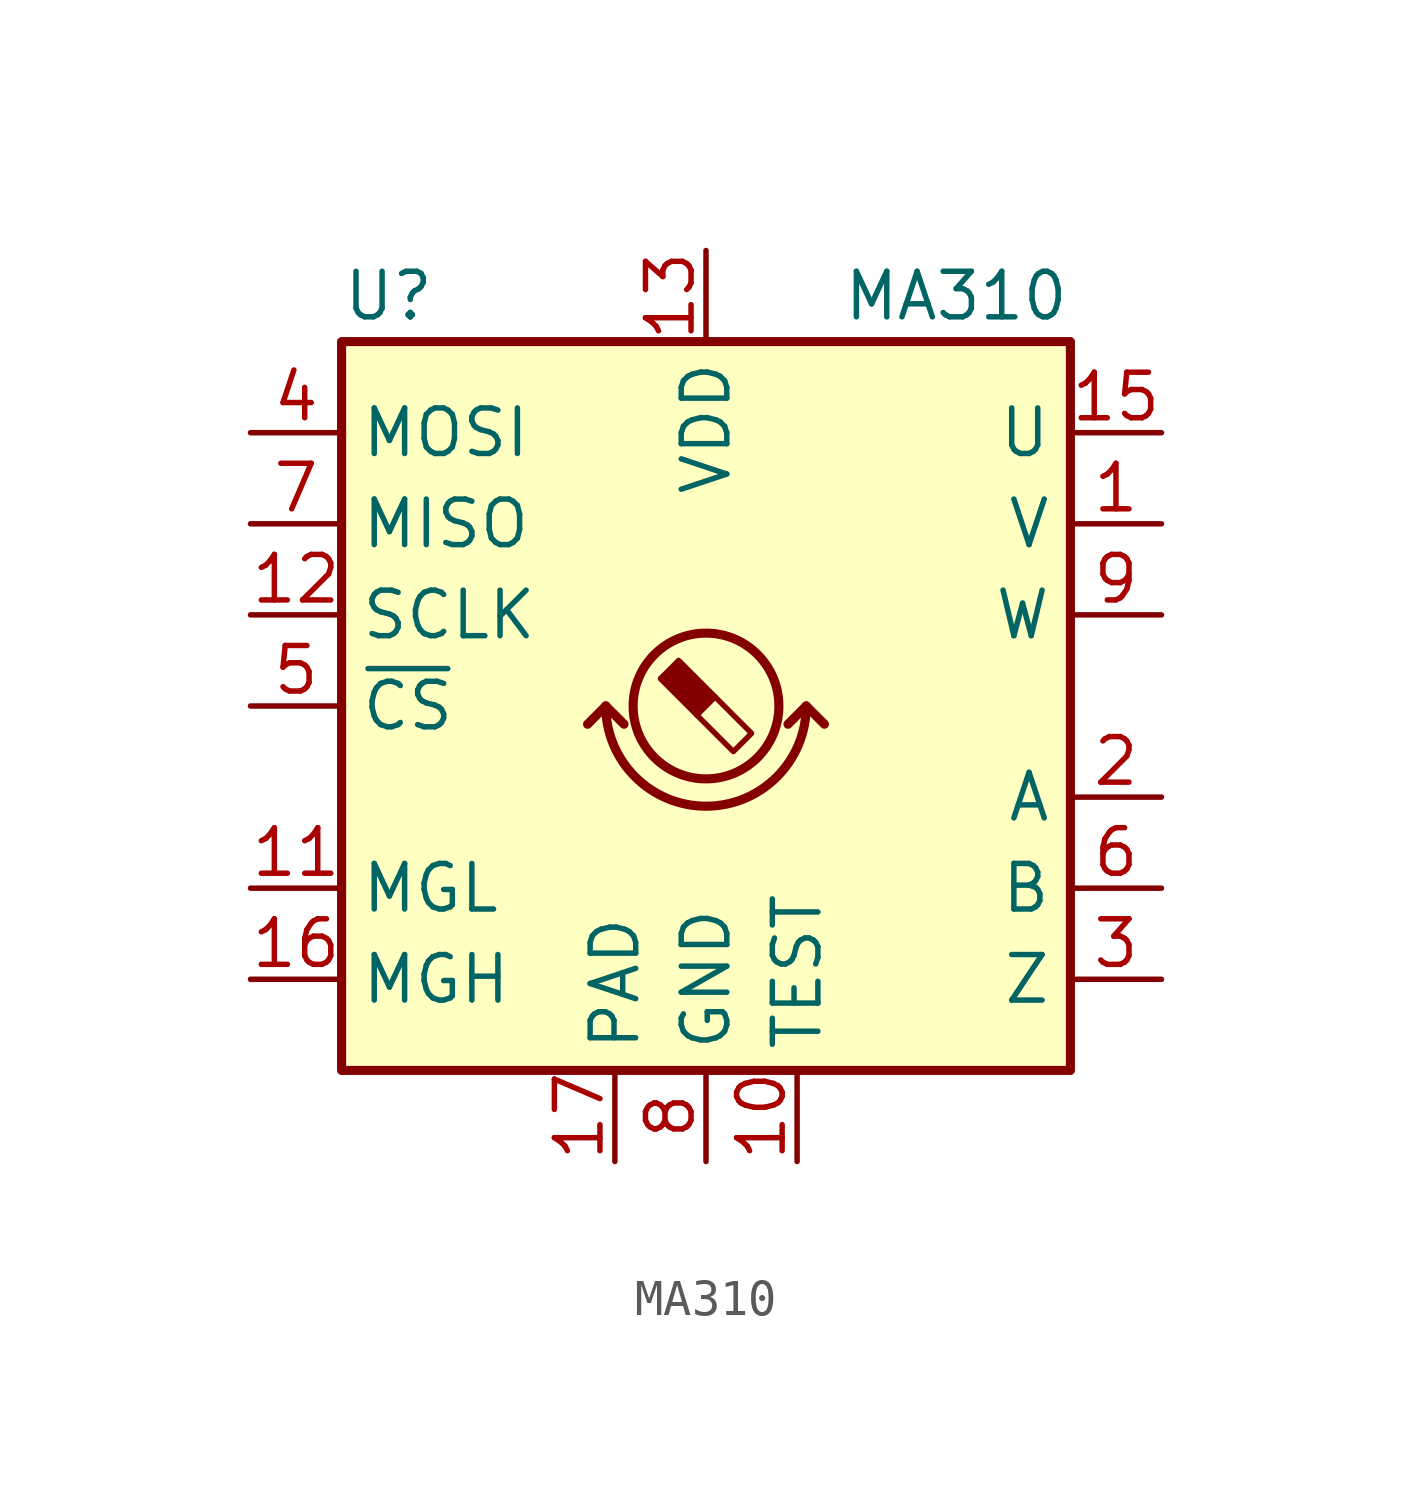
<source format=kicad_sym>
(kicad_symbol_lib
  (version 20210619)
  (generator kicad_symbol_editor)
  (symbol "MA310:MA310"
    (property "Reference" "U"
      (at -10.16 11.43 0)
      (effects (font (size 1.27 1.27)) (justify left)))
    (property "Value" "MA310"
      (at 10.16 11.43 0)
      (effects (font (size 1.27 1.27)) (justify right)))
    (symbol "MA310_0_1"
      (arc (start -2.794 0) (end 2.794 0) (radius (at 0 0) (length 2.794) (angles -179.9 -0.1)) (stroke (width 0.254)) (fill (type none)))
      (rectangle (start -10.16 10.16) (end 10.16 -10.16) (stroke (width 0.254)) (fill (type background)))
      (polyline (pts (xy -2.794 0) (xy -3.302 -0.508)) (stroke (width 0.254)) (fill (type none)))
      (polyline (pts (xy -2.794 0) (xy -2.286 -0.508)) (stroke (width 0.254)) (fill (type none)))
      (polyline (pts (xy 2.794 0) (xy 2.286 -0.508)) (stroke (width 0.254)) (fill (type none)))
      (polyline (pts (xy 2.794 0) (xy 3.302 -0.508)) (stroke (width 0.254)) (fill (type none))))
    (symbol "MA310_1_1"
      (circle (center 0 0) (radius 2.032) (stroke (width 0.254)) (fill (type none)))
      (polyline (pts (xy 0.254 0.254) (xy 1.27 -0.762) (xy 0.762 -1.27) (xy -0.254 -0.254)) (stroke (width 0)) (fill (type none)))
      (polyline (pts (xy -0.762 1.27) (xy 0.254 0.254) (xy -0.254 -0.254) (xy -1.27 0.762) (xy -1.016 1.016) (xy -0.762 1.27) (xy -0.635 1.143)) (stroke (width 0)) (fill (type outline)))
      (pin output line (at 12.7 5.08 180) (length 2.54) (name "V" (effects (font (size 1.27 1.27)))) (number "1" (effects (font (size 1.27 1.27)))))
      (pin passive line (at 2.54 -12.7 90) (length 2.54) (name "TEST" (effects (font (size 1.27 1.27)))) (number "10" (effects (font (size 1.27 1.27)))))
      (pin output line (at -12.7 -5.08 0) (length 2.54) (name "MGL" (effects (font (size 1.27 1.27)))) (number "11" (effects (font (size 1.27 1.27)))))
      (pin input line (at -12.7 2.54 0) (length 2.54) (name "SCLK" (effects (font (size 1.27 1.27)))) (number "12" (effects (font (size 1.27 1.27)))))
      (pin power_in line (at 0 12.7 270) (length 2.54) (name "VDD" (effects (font (size 1.27 1.27)))) (number "13" (effects (font (size 1.27 1.27)))))
      (pin no_connect line (at 5.08 -10.16 90) (length 2.54) hide (name "NC" (effects (font (size 1.27 1.27)))) (number "14" (effects (font (size 1.27 1.27)))))
      (pin input line (at 12.7 7.62 180) (length 2.54) (name "U" (effects (font (size 1.27 1.27)))) (number "15" (effects (font (size 1.27 1.27)))))
      (pin output line (at -12.7 -7.62 0) (length 2.54) (name "MGH" (effects (font (size 1.27 1.27)))) (number "16" (effects (font (size 1.27 1.27)))))
      (pin input line (at -2.54 -12.7 90) (length 2.54) (name "PAD" (effects (font (size 1.27 1.27)))) (number "17" (effects (font (size 1.27 1.27)))))
      (pin output line (at 12.7 -2.54 180) (length 2.54) (name "A" (effects (font (size 1.27 1.27)))) (number "2" (effects (font (size 1.27 1.27)))))
      (pin output line (at 12.7 -7.62 180) (length 2.54) (name "Z" (effects (font (size 1.27 1.27)))) (number "3" (effects (font (size 1.27 1.27)))))
      (pin input line (at -12.7 7.62 0) (length 2.54) (name "MOSI" (effects (font (size 1.27 1.27)))) (number "4" (effects (font (size 1.27 1.27)))))
      (pin input line (at -12.7 0 0) (length 2.54) (name "~{CS}" (effects (font (size 1.27 1.27)))) (number "5" (effects (font (size 1.27 1.27)))))
      (pin output line (at 12.7 -5.08 180) (length 2.54) (name "B" (effects (font (size 1.27 1.27)))) (number "6" (effects (font (size 1.27 1.27)))))
      (pin output line (at -12.7 5.08 0) (length 2.54) (name "MISO" (effects (font (size 1.27 1.27)))) (number "7" (effects (font (size 1.27 1.27)))))
      (pin power_in line (at 0 -12.7 90) (length 2.54) (name "GND" (effects (font (size 1.27 1.27)))) (number "8" (effects (font (size 1.27 1.27)))))
      (pin output line (at 12.7 2.54 180) (length 2.54) (name "W" (effects (font (size 1.27 1.27)))) (number "9" (effects (font (size 1.27 1.27))))))))
</source>
